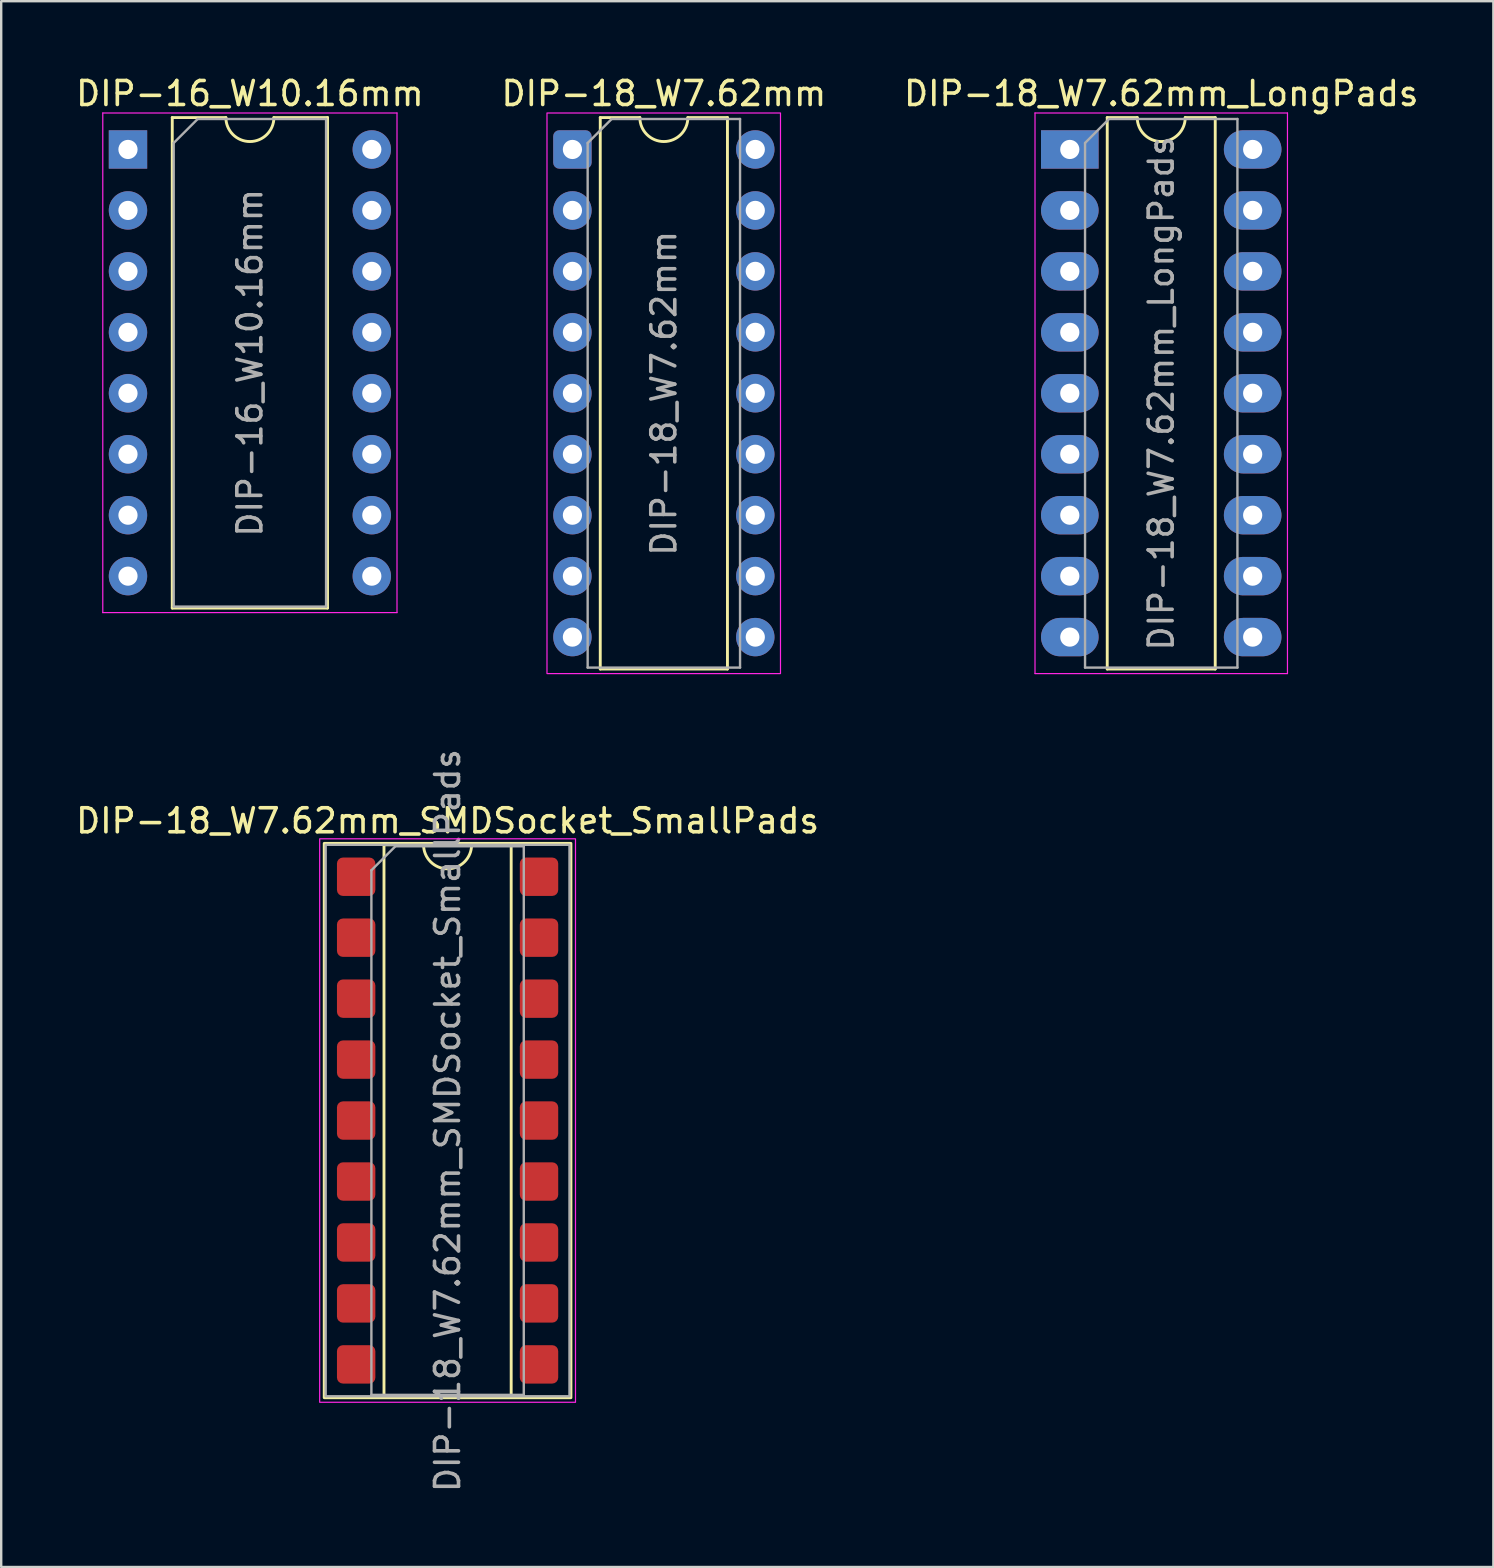
<source format=kicad_pcb>
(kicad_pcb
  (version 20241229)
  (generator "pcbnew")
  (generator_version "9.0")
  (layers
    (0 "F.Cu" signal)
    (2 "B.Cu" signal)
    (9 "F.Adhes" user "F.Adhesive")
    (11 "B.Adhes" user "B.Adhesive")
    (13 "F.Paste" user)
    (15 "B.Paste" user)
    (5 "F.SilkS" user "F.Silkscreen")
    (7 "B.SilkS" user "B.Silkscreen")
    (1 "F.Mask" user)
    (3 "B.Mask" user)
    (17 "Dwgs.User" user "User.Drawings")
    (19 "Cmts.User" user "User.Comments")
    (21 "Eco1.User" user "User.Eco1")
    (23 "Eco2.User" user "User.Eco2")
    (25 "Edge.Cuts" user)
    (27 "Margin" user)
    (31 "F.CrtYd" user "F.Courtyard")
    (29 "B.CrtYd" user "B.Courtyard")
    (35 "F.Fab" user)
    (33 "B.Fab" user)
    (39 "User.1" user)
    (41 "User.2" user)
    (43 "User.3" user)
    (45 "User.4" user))
  (footprint "DIP-18_W7.62mm_LongPads"
    (layer "F.Cu")
    (at 41.529 3.178)
    (property "Reference" "DIP-18_W7.62mm_LongPads" (at 3.81 -2.33 0) (layer "F.SilkS") (effects (font (size 1 1) (thickness 0.15))))
    (attr through_hole)
    (fp_line (start 1.56 -1.33) (end 1.56 21.65) (stroke (width 0.12) (type solid)) (layer "F.SilkS"))
    (fp_line (start 1.56 21.65) (end 6.06 21.65) (stroke (width 0.12) (type solid)) (layer "F.SilkS"))
    (fp_line (start 2.81 -1.33) (end 1.56 -1.33) (stroke (width 0.12) (type solid)) (layer "F.SilkS"))
    (fp_line (start 6.06 -1.33) (end 4.81 -1.33) (stroke (width 0.12) (type solid)) (layer "F.SilkS"))
    (fp_line (start 6.06 21.65) (end 6.06 -1.33) (stroke (width 0.12) (type solid)) (layer "F.SilkS"))
    (fp_arc (start 4.81 -1.33) (mid 3.81 -0.33) (end 2.81 -1.33) (stroke (width 0.12) (type solid)) (layer "F.SilkS"))
    (fp_line (start -1.45 -1.52) (end -1.45 21.84) (stroke (width 0.05) (type solid)) (layer "F.CrtYd"))
    (fp_line (start -1.45 21.84) (end 9.07 21.84) (stroke (width 0.05) (type solid)) (layer "F.CrtYd"))
    (fp_line (start 9.07 -1.52) (end -1.45 -1.52) (stroke (width 0.05) (type solid)) (layer "F.CrtYd"))
    (fp_line (start 9.07 21.84) (end 9.07 -1.52) (stroke (width 0.05) (type solid)) (layer "F.CrtYd"))
    (fp_line (start 0.635 -0.27) (end 1.635 -1.27) (stroke (width 0.1) (type solid)) (layer "F.Fab"))
    (fp_line (start 0.635 21.59) (end 0.635 -0.27) (stroke (width 0.1) (type solid)) (layer "F.Fab"))
    (fp_line (start 1.635 -1.27) (end 6.985 -1.27) (stroke (width 0.1) (type solid)) (layer "F.Fab"))
    (fp_line (start 6.985 -1.27) (end 6.985 21.59) (stroke (width 0.1) (type solid)) (layer "F.Fab"))
    (fp_line (start 6.985 21.59) (end 0.635 21.59) (stroke (width 0.1) (type solid)) (layer "F.Fab"))
    (fp_text user "${REFERENCE}" (at 3.81 10.16 90) (layer "F.Fab") (effects (font (size 1 1) (thickness 0.15))))
    (pad "1" thru_hole rect (at 0 0) (size 2.4 1.6) (drill 0.8) (layers "*.Cu" "*.Mask"))
    (pad "2" thru_hole oval (at 0 2.54) (size 2.4 1.6) (drill 0.8) (layers "*.Cu" "*.Mask"))
    (pad "3" thru_hole oval (at 0 5.08) (size 2.4 1.6) (drill 0.8) (layers "*.Cu" "*.Mask"))
    (pad "4" thru_hole oval (at 0 7.62) (size 2.4 1.6) (drill 0.8) (layers "*.Cu" "*.Mask"))
    (pad "5" thru_hole oval (at 0 10.16) (size 2.4 1.6) (drill 0.8) (layers "*.Cu" "*.Mask"))
    (pad "6" thru_hole oval (at 0 12.7) (size 2.4 1.6) (drill 0.8) (layers "*.Cu" "*.Mask"))
    (pad "7" thru_hole oval (at 0 15.24) (size 2.4 1.6) (drill 0.8) (layers "*.Cu" "*.Mask"))
    (pad "8" thru_hole oval (at 0 17.78) (size 2.4 1.6) (drill 0.8) (layers "*.Cu" "*.Mask"))
    (pad "9" thru_hole oval (at 0 20.32) (size 2.4 1.6) (drill 0.8) (layers "*.Cu" "*.Mask"))
    (pad "10" thru_hole oval (at 7.62 20.32) (size 2.4 1.6) (drill 0.8) (layers "*.Cu" "*.Mask"))
    (pad "11" thru_hole oval (at 7.62 17.78) (size 2.4 1.6) (drill 0.8) (layers "*.Cu" "*.Mask"))
    (pad "12" thru_hole oval (at 7.62 15.24) (size 2.4 1.6) (drill 0.8) (layers "*.Cu" "*.Mask"))
    (pad "13" thru_hole oval (at 7.62 12.7) (size 2.4 1.6) (drill 0.8) (layers "*.Cu" "*.Mask"))
    (pad "14" thru_hole oval (at 7.62 10.16) (size 2.4 1.6) (drill 0.8) (layers "*.Cu" "*.Mask"))
    (pad "15" thru_hole oval (at 7.62 7.62) (size 2.4 1.6) (drill 0.8) (layers "*.Cu" "*.Mask"))
    (pad "16" thru_hole oval (at 7.62 5.08) (size 2.4 1.6) (drill 0.8) (layers "*.Cu" "*.Mask"))
    (pad "17" thru_hole oval (at 7.62 2.54) (size 2.4 1.6) (drill 0.8) (layers "*.Cu" "*.Mask"))
    (pad "18" thru_hole oval (at 7.62 0) (size 2.4 1.6) (drill 0.8) (layers "*.Cu" "*.Mask")))
  (footprint "DIP-18_W7.62mm_SMDSocket_SmallPads"
    (layer "F.Cu")
    (at 15.601 43.644)
    (property "Reference" "DIP-18_W7.62mm_SMDSocket_SmallPads" (at 0 -12.49 0) (layer "F.SilkS") (effects (font (size 1 1) (thickness 0.15))))
    (attr smd)
    (fp_line (start -2.65 -11.49) (end -2.65 11.49) (stroke (width 0.12) (type solid)) (layer "F.SilkS"))
    (fp_line (start -2.65 11.49) (end 2.65 11.49) (stroke (width 0.12) (type solid)) (layer "F.SilkS"))
    (fp_line (start -1 -11.49) (end -2.65 -11.49) (stroke (width 0.12) (type solid)) (layer "F.SilkS"))
    (fp_line (start 2.65 -11.49) (end 1 -11.49) (stroke (width 0.12) (type solid)) (layer "F.SilkS"))
    (fp_line (start 2.65 11.49) (end 2.65 -11.49) (stroke (width 0.12) (type solid)) (layer "F.SilkS"))
    (fp_rect (start -5.14 -11.55) (end 5.14 11.55) (stroke (width 0.12) (type solid)) (fill no) (layer "F.SilkS"))
    (fp_arc (start 1 -11.49) (mid 0 -10.49) (end -1 -11.49) (stroke (width 0.12) (type solid)) (layer "F.SilkS"))
    (fp_rect (start -5.33 -11.74) (end 5.33 11.74) (stroke (width 0.05) (type solid)) (fill no) (layer "F.CrtYd"))
    (fp_line (start -3.175 -10.43) (end -2.175 -11.43) (stroke (width 0.1) (type solid)) (layer "F.Fab"))
    (fp_line (start -3.175 11.43) (end -3.175 -10.43) (stroke (width 0.1) (type solid)) (layer "F.Fab"))
    (fp_line (start -2.175 -11.43) (end 3.175 -11.43) (stroke (width 0.1) (type solid)) (layer "F.Fab"))
    (fp_line (start 3.175 -11.43) (end 3.175 11.43) (stroke (width 0.1) (type solid)) (layer "F.Fab"))
    (fp_line (start 3.175 11.43) (end -3.175 11.43) (stroke (width 0.1) (type solid)) (layer "F.Fab"))
    (fp_rect (start -5.08 -11.49) (end 5.08 11.49) (stroke (width 0.1) (type solid)) (fill no) (layer "F.Fab"))
    (fp_text user "${REFERENCE}" (at 0 0 90) (layer "F.Fab") (effects (font (size 1 1) (thickness 0.15))))
    (pad "1" smd roundrect (at -3.81 -10.16) (size 1.6 1.6) (layers "F.Cu" "F.Mask" "F.Paste") (roundrect_rratio 0.156))
    (pad "2" smd roundrect (at -3.81 -7.62) (size 1.6 1.6) (layers "F.Cu" "F.Mask" "F.Paste") (roundrect_rratio 0.156))
    (pad "3" smd roundrect (at -3.81 -5.08) (size 1.6 1.6) (layers "F.Cu" "F.Mask" "F.Paste") (roundrect_rratio 0.156))
    (pad "4" smd roundrect (at -3.81 -2.54) (size 1.6 1.6) (layers "F.Cu" "F.Mask" "F.Paste") (roundrect_rratio 0.156))
    (pad "5" smd roundrect (at -3.81 0) (size 1.6 1.6) (layers "F.Cu" "F.Mask" "F.Paste") (roundrect_rratio 0.156))
    (pad "6" smd roundrect (at -3.81 2.54) (size 1.6 1.6) (layers "F.Cu" "F.Mask" "F.Paste") (roundrect_rratio 0.156))
    (pad "7" smd roundrect (at -3.81 5.08) (size 1.6 1.6) (layers "F.Cu" "F.Mask" "F.Paste") (roundrect_rratio 0.156))
    (pad "8" smd roundrect (at -3.81 7.62) (size 1.6 1.6) (layers "F.Cu" "F.Mask" "F.Paste") (roundrect_rratio 0.156))
    (pad "9" smd roundrect (at -3.81 10.16) (size 1.6 1.6) (layers "F.Cu" "F.Mask" "F.Paste") (roundrect_rratio 0.156))
    (pad "10" smd roundrect (at 3.81 10.16) (size 1.6 1.6) (layers "F.Cu" "F.Mask" "F.Paste") (roundrect_rratio 0.156))
    (pad "11" smd roundrect (at 3.81 7.62) (size 1.6 1.6) (layers "F.Cu" "F.Mask" "F.Paste") (roundrect_rratio 0.156))
    (pad "12" smd roundrect (at 3.81 5.08) (size 1.6 1.6) (layers "F.Cu" "F.Mask" "F.Paste") (roundrect_rratio 0.156))
    (pad "13" smd roundrect (at 3.81 2.54) (size 1.6 1.6) (layers "F.Cu" "F.Mask" "F.Paste") (roundrect_rratio 0.156))
    (pad "14" smd roundrect (at 3.81 0) (size 1.6 1.6) (layers "F.Cu" "F.Mask" "F.Paste") (roundrect_rratio 0.156))
    (pad "15" smd roundrect (at 3.81 -2.54) (size 1.6 1.6) (layers "F.Cu" "F.Mask" "F.Paste") (roundrect_rratio 0.156))
    (pad "16" smd roundrect (at 3.81 -5.08) (size 1.6 1.6) (layers "F.Cu" "F.Mask" "F.Paste") (roundrect_rratio 0.156))
    (pad "17" smd roundrect (at 3.81 -7.62) (size 1.6 1.6) (layers "F.Cu" "F.Mask" "F.Paste") (roundrect_rratio 0.156))
    (pad "18" smd roundrect (at 3.81 -10.16) (size 1.6 1.6) (layers "F.Cu" "F.Mask" "F.Paste") (roundrect_rratio 0.156)))
  (footprint "DIP-16_W10.16mm"
    (layer "F.Cu")
    (at 2.283 3.178)
    (property "Reference" "DIP-16_W10.16mm" (at 5.08 -2.33 0) (layer "F.SilkS") (effects (font (size 1 1) (thickness 0.15))))
    (attr through_hole)
    (fp_line (start 1.845 -1.33) (end 1.845 19.11) (stroke (width 0.12) (type solid)) (layer "F.SilkS"))
    (fp_line (start 1.845 19.11) (end 8.315 19.11) (stroke (width 0.12) (type solid)) (layer "F.SilkS"))
    (fp_line (start 4.08 -1.33) (end 1.845 -1.33) (stroke (width 0.12) (type solid)) (layer "F.SilkS"))
    (fp_line (start 8.315 -1.33) (end 6.08 -1.33) (stroke (width 0.12) (type solid)) (layer "F.SilkS"))
    (fp_line (start 8.315 19.11) (end 8.315 -1.33) (stroke (width 0.12) (type solid)) (layer "F.SilkS"))
    (fp_arc (start 6.08 -1.33) (mid 5.08 -0.33) (end 4.08 -1.33) (stroke (width 0.12) (type solid)) (layer "F.SilkS"))
    (fp_line (start -1.05 -1.52) (end -1.05 19.3) (stroke (width 0.05) (type solid)) (layer "F.CrtYd"))
    (fp_line (start -1.05 19.3) (end 11.21 19.3) (stroke (width 0.05) (type solid)) (layer "F.CrtYd"))
    (fp_line (start 11.21 -1.52) (end -1.05 -1.52) (stroke (width 0.05) (type solid)) (layer "F.CrtYd"))
    (fp_line (start 11.21 19.3) (end 11.21 -1.52) (stroke (width 0.05) (type solid)) (layer "F.CrtYd"))
    (fp_line (start 1.905 -0.27) (end 2.905 -1.27) (stroke (width 0.1) (type solid)) (layer "F.Fab"))
    (fp_line (start 1.905 19.05) (end 1.905 -0.27) (stroke (width 0.1) (type solid)) (layer "F.Fab"))
    (fp_line (start 2.905 -1.27) (end 8.255 -1.27) (stroke (width 0.1) (type solid)) (layer "F.Fab"))
    (fp_line (start 8.255 -1.27) (end 8.255 19.05) (stroke (width 0.1) (type solid)) (layer "F.Fab"))
    (fp_line (start 8.255 19.05) (end 1.905 19.05) (stroke (width 0.1) (type solid)) (layer "F.Fab"))
    (fp_text user "${REFERENCE}" (at 5.08 8.89 90) (layer "F.Fab") (effects (font (size 1 1) (thickness 0.15))))
    (pad "1" thru_hole rect (at 0 0) (size 1.6 1.6) (drill 0.8) (layers "*.Cu" "*.Mask"))
    (pad "2" thru_hole circle (at 0 2.54) (size 1.6 1.6) (drill 0.8) (layers "*.Cu" "*.Mask"))
    (pad "3" thru_hole circle (at 0 5.08) (size 1.6 1.6) (drill 0.8) (layers "*.Cu" "*.Mask"))
    (pad "4" thru_hole circle (at 0 7.62) (size 1.6 1.6) (drill 0.8) (layers "*.Cu" "*.Mask"))
    (pad "5" thru_hole circle (at 0 10.16) (size 1.6 1.6) (drill 0.8) (layers "*.Cu" "*.Mask"))
    (pad "6" thru_hole circle (at 0 12.7) (size 1.6 1.6) (drill 0.8) (layers "*.Cu" "*.Mask"))
    (pad "7" thru_hole circle (at 0 15.24) (size 1.6 1.6) (drill 0.8) (layers "*.Cu" "*.Mask"))
    (pad "8" thru_hole circle (at 0 17.78) (size 1.6 1.6) (drill 0.8) (layers "*.Cu" "*.Mask"))
    (pad "9" thru_hole circle (at 10.16 17.78) (size 1.6 1.6) (drill 0.8) (layers "*.Cu" "*.Mask"))
    (pad "10" thru_hole circle (at 10.16 15.24) (size 1.6 1.6) (drill 0.8) (layers "*.Cu" "*.Mask"))
    (pad "11" thru_hole circle (at 10.16 12.7) (size 1.6 1.6) (drill 0.8) (layers "*.Cu" "*.Mask"))
    (pad "12" thru_hole circle (at 10.16 10.16) (size 1.6 1.6) (drill 0.8) (layers "*.Cu" "*.Mask"))
    (pad "13" thru_hole circle (at 10.16 7.62) (size 1.6 1.6) (drill 0.8) (layers "*.Cu" "*.Mask"))
    (pad "14" thru_hole circle (at 10.16 5.08) (size 1.6 1.6) (drill 0.8) (layers "*.Cu" "*.Mask"))
    (pad "15" thru_hole circle (at 10.16 2.54) (size 1.6 1.6) (drill 0.8) (layers "*.Cu" "*.Mask"))
    (pad "16" thru_hole circle (at 10.16 0) (size 1.6 1.6) (drill 0.8) (layers "*.Cu" "*.Mask")))
  (footprint "DIP-18_W7.62mm"
    (layer "F.Cu")
    (at 20.803 3.178)
    (property "Reference" "DIP-18_W7.62mm" (at 3.81 -2.33 0) (layer "F.SilkS") (effects (font (size 1 1) (thickness 0.15))))
    (attr through_hole)
    (fp_line (start 1.16 -1.33) (end 1.16 21.65) (stroke (width 0.12) (type solid)) (layer "F.SilkS"))
    (fp_line (start 1.16 21.65) (end 6.46 21.65) (stroke (width 0.12) (type solid)) (layer "F.SilkS"))
    (fp_line (start 2.81 -1.33) (end 1.16 -1.33) (stroke (width 0.12) (type solid)) (layer "F.SilkS"))
    (fp_line (start 6.46 -1.33) (end 4.81 -1.33) (stroke (width 0.12) (type solid)) (layer "F.SilkS"))
    (fp_line (start 6.46 21.65) (end 6.46 -1.33) (stroke (width 0.12) (type solid)) (layer "F.SilkS"))
    (fp_arc (start 4.81 -1.33) (mid 3.81 -0.33) (end 2.81 -1.33) (stroke (width 0.12) (type solid)) (layer "F.SilkS"))
    (fp_rect (start -1.06 -1.52) (end 8.67 21.84) (stroke (width 0.05) (type solid)) (fill no) (layer "F.CrtYd"))
    (fp_line (start 0.635 -0.27) (end 1.635 -1.27) (stroke (width 0.1) (type solid)) (layer "F.Fab"))
    (fp_line (start 0.635 21.59) (end 0.635 -0.27) (stroke (width 0.1) (type solid)) (layer "F.Fab"))
    (fp_line (start 1.635 -1.27) (end 6.985 -1.27) (stroke (width 0.1) (type solid)) (layer "F.Fab"))
    (fp_line (start 6.985 -1.27) (end 6.985 21.59) (stroke (width 0.1) (type solid)) (layer "F.Fab"))
    (fp_line (start 6.985 21.59) (end 0.635 21.59) (stroke (width 0.1) (type solid)) (layer "F.Fab"))
    (fp_text user "${REFERENCE}" (at 3.81 10.16 90) (layer "F.Fab") (effects (font (size 1 1) (thickness 0.15))))
    (pad "1" thru_hole roundrect (at 0 0) (size 1.6 1.6) (drill 0.8) (layers "*.Cu" "*.Mask") (roundrect_rratio 0.156))
    (pad "2" thru_hole circle (at 0 2.54) (size 1.6 1.6) (drill 0.8) (layers "*.Cu" "*.Mask"))
    (pad "3" thru_hole circle (at 0 5.08) (size 1.6 1.6) (drill 0.8) (layers "*.Cu" "*.Mask"))
    (pad "4" thru_hole circle (at 0 7.62) (size 1.6 1.6) (drill 0.8) (layers "*.Cu" "*.Mask"))
    (pad "5" thru_hole circle (at 0 10.16) (size 1.6 1.6) (drill 0.8) (layers "*.Cu" "*.Mask"))
    (pad "6" thru_hole circle (at 0 12.7) (size 1.6 1.6) (drill 0.8) (layers "*.Cu" "*.Mask"))
    (pad "7" thru_hole circle (at 0 15.24) (size 1.6 1.6) (drill 0.8) (layers "*.Cu" "*.Mask"))
    (pad "8" thru_hole circle (at 0 17.78) (size 1.6 1.6) (drill 0.8) (layers "*.Cu" "*.Mask"))
    (pad "9" thru_hole circle (at 0 20.32) (size 1.6 1.6) (drill 0.8) (layers "*.Cu" "*.Mask"))
    (pad "10" thru_hole circle (at 7.62 20.32) (size 1.6 1.6) (drill 0.8) (layers "*.Cu" "*.Mask"))
    (pad "11" thru_hole circle (at 7.62 17.78) (size 1.6 1.6) (drill 0.8) (layers "*.Cu" "*.Mask"))
    (pad "12" thru_hole circle (at 7.62 15.24) (size 1.6 1.6) (drill 0.8) (layers "*.Cu" "*.Mask"))
    (pad "13" thru_hole circle (at 7.62 12.7) (size 1.6 1.6) (drill 0.8) (layers "*.Cu" "*.Mask"))
    (pad "14" thru_hole circle (at 7.62 10.16) (size 1.6 1.6) (drill 0.8) (layers "*.Cu" "*.Mask"))
    (pad "15" thru_hole circle (at 7.62 7.62) (size 1.6 1.6) (drill 0.8) (layers "*.Cu" "*.Mask"))
    (pad "16" thru_hole circle (at 7.62 5.08) (size 1.6 1.6) (drill 0.8) (layers "*.Cu" "*.Mask"))
    (pad "17" thru_hole circle (at 7.62 2.54) (size 1.6 1.6) (drill 0.8) (layers "*.Cu" "*.Mask"))
    (pad "18" thru_hole circle (at 7.62 0) (size 1.6 1.6) (drill 0.8) (layers "*.Cu" "*.Mask")))
  (gr_rect
    (start -3 -3)
    (end 59.179 62.246)
    (stroke (width 0.1) (type default))
    (fill no)
    (layer "Edge.Cuts")))
</source>
